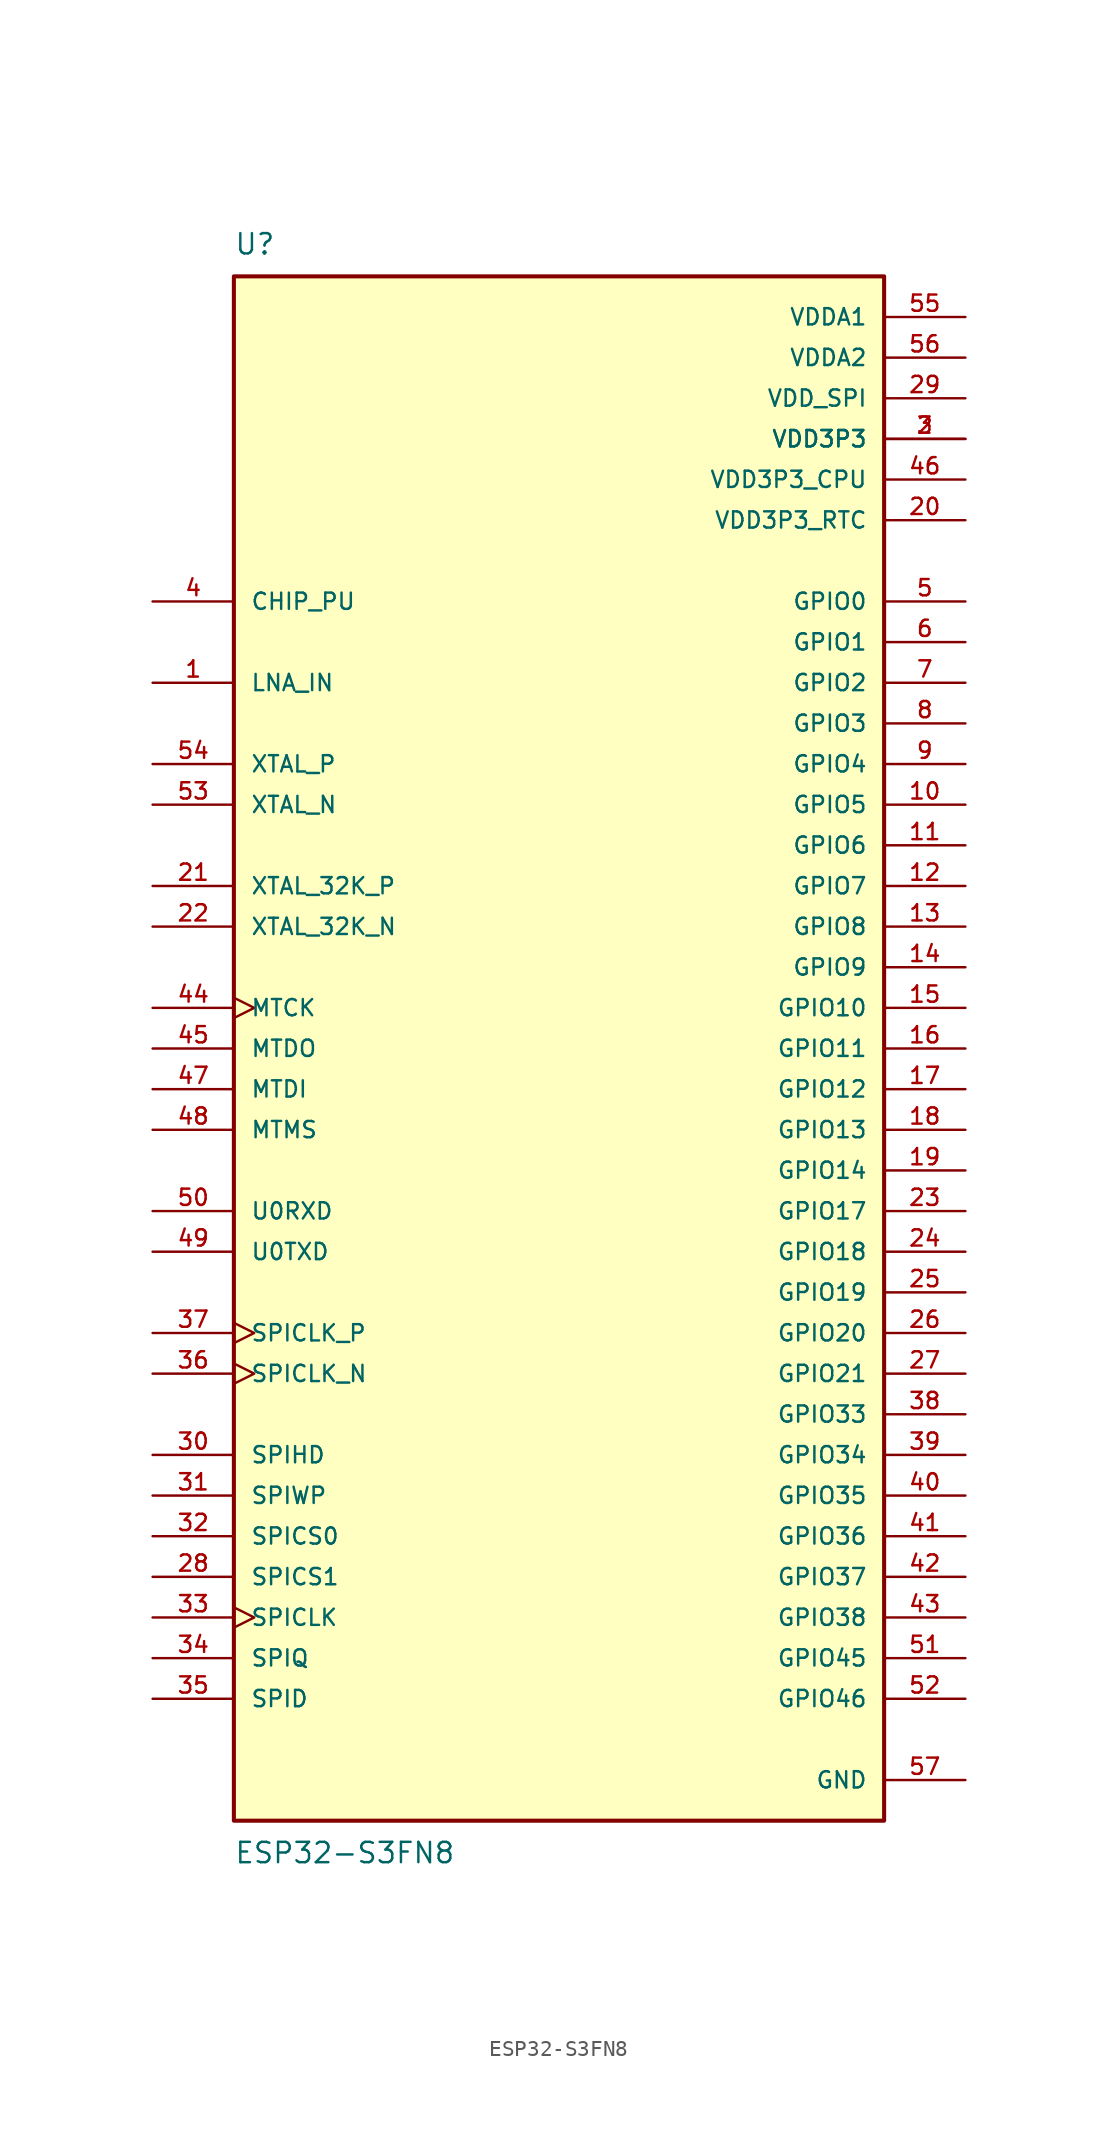
<source format=kicad_sym>
(kicad_symbol_lib
  (version 20211014)
  (generator kicad_symbol_editor)
  (symbol "ESP32-S3FN8"
    (pin_names
      (offset 1.016))
    (property "Reference" "U"
      (at -20.32 49.53 0)
      (effects (font (size 1.27 1.27)) (justify bottom left)))
    (property "Value" "ESP32-S3FN8"
      (at -20.32 -49.53 0)
      (effects (font (size 1.27 1.27)) (justify top left)))
    (symbol "ESP32-S3FN8_0_0"
      (rectangle (start -20.32 -48.26) (end 20.32 48.26) (stroke (width 0.254)) (fill (type background)))
      (pin power_in line (at 25.4 40.64 180.0) (length 5.08) (name "VDD_SPI" (effects (font (size 1.016 1.016)))) (number "29" (effects (font (size 1.016 1.016)))))
      (pin power_in line (at 25.4 38.1 180.0) (length 5.08) (name "VDD3P3" (effects (font (size 1.016 1.016)))) (number "2" (effects (font (size 1.016 1.016)))))
      (pin power_in line (at 25.4 38.1 180.0) (length 5.08) (name "VDD3P3" (effects (font (size 1.016 1.016)))) (number "3" (effects (font (size 1.016 1.016)))))
      (pin power_in line (at 25.4 35.56 180.0) (length 5.08) (name "VDD3P3_CPU" (effects (font (size 1.016 1.016)))) (number "46" (effects (font (size 1.016 1.016)))))
      (pin power_in line (at 25.4 33.02 180.0) (length 5.08) (name "VDD3P3_RTC" (effects (font (size 1.016 1.016)))) (number "20" (effects (font (size 1.016 1.016)))))
      (pin power_in line (at 25.4 45.72 180.0) (length 5.08) (name "VDDA1" (effects (font (size 1.016 1.016)))) (number "55" (effects (font (size 1.016 1.016)))))
      (pin power_in line (at 25.4 43.18 180.0) (length 5.08) (name "VDDA2" (effects (font (size 1.016 1.016)))) (number "56" (effects (font (size 1.016 1.016)))))
      (pin input line (at -25.4 27.94 0) (length 5.08) (name "CHIP_PU" (effects (font (size 1.016 1.016)))) (number "4" (effects (font (size 1.016 1.016)))))
      (pin input line (at -25.4 17.78 0) (length 5.08) (name "XTAL_P" (effects (font (size 1.016 1.016)))) (number "54" (effects (font (size 1.016 1.016)))))
      (pin bidirectional line (at 25.4 27.94 180.0) (length 5.08) (name "GPIO0" (effects (font (size 1.016 1.016)))) (number "5" (effects (font (size 1.016 1.016)))))
      (pin bidirectional line (at 25.4 25.4 180.0) (length 5.08) (name "GPIO1" (effects (font (size 1.016 1.016)))) (number "6" (effects (font (size 1.016 1.016)))))
      (pin bidirectional line (at 25.4 2.54 180.0) (length 5.08) (name "GPIO10" (effects (font (size 1.016 1.016)))) (number "15" (effects (font (size 1.016 1.016)))))
      (pin bidirectional line (at 25.4 0.0 180.0) (length 5.08) (name "GPIO11" (effects (font (size 1.016 1.016)))) (number "16" (effects (font (size 1.016 1.016)))))
      (pin bidirectional line (at 25.4 -2.54 180.0) (length 5.08) (name "GPIO12" (effects (font (size 1.016 1.016)))) (number "17" (effects (font (size 1.016 1.016)))))
      (pin bidirectional line (at 25.4 -5.08 180.0) (length 5.08) (name "GPIO13" (effects (font (size 1.016 1.016)))) (number "18" (effects (font (size 1.016 1.016)))))
      (pin bidirectional line (at 25.4 -7.62 180.0) (length 5.08) (name "GPIO14" (effects (font (size 1.016 1.016)))) (number "19" (effects (font (size 1.016 1.016)))))
      (pin bidirectional line (at 25.4 -10.16 180.0) (length 5.08) (name "GPIO17" (effects (font (size 1.016 1.016)))) (number "23" (effects (font (size 1.016 1.016)))))
      (pin bidirectional line (at 25.4 -12.7 180.0) (length 5.08) (name "GPIO18" (effects (font (size 1.016 1.016)))) (number "24" (effects (font (size 1.016 1.016)))))
      (pin bidirectional line (at 25.4 -15.24 180.0) (length 5.08) (name "GPIO19" (effects (font (size 1.016 1.016)))) (number "25" (effects (font (size 1.016 1.016)))))
      (pin bidirectional line (at 25.4 22.86 180.0) (length 5.08) (name "GPIO2" (effects (font (size 1.016 1.016)))) (number "7" (effects (font (size 1.016 1.016)))))
      (pin bidirectional line (at 25.4 -17.78 180.0) (length 5.08) (name "GPIO20" (effects (font (size 1.016 1.016)))) (number "26" (effects (font (size 1.016 1.016)))))
      (pin bidirectional line (at 25.4 -20.32 180.0) (length 5.08) (name "GPIO21" (effects (font (size 1.016 1.016)))) (number "27" (effects (font (size 1.016 1.016)))))
      (pin bidirectional line (at 25.4 20.32 180.0) (length 5.08) (name "GPIO3" (effects (font (size 1.016 1.016)))) (number "8" (effects (font (size 1.016 1.016)))))
      (pin bidirectional line (at 25.4 -22.86 180.0) (length 5.08) (name "GPIO33" (effects (font (size 1.016 1.016)))) (number "38" (effects (font (size 1.016 1.016)))))
      (pin bidirectional line (at 25.4 -25.4 180.0) (length 5.08) (name "GPIO34" (effects (font (size 1.016 1.016)))) (number "39" (effects (font (size 1.016 1.016)))))
      (pin bidirectional line (at 25.4 -27.94 180.0) (length 5.08) (name "GPIO35" (effects (font (size 1.016 1.016)))) (number "40" (effects (font (size 1.016 1.016)))))
      (pin bidirectional line (at 25.4 -30.48 180.0) (length 5.08) (name "GPIO36" (effects (font (size 1.016 1.016)))) (number "41" (effects (font (size 1.016 1.016)))))
      (pin bidirectional line (at 25.4 -33.02 180.0) (length 5.08) (name "GPIO37" (effects (font (size 1.016 1.016)))) (number "42" (effects (font (size 1.016 1.016)))))
      (pin bidirectional line (at 25.4 -35.56 180.0) (length 5.08) (name "GPIO38" (effects (font (size 1.016 1.016)))) (number "43" (effects (font (size 1.016 1.016)))))
      (pin bidirectional line (at 25.4 17.78 180.0) (length 5.08) (name "GPIO4" (effects (font (size 1.016 1.016)))) (number "9" (effects (font (size 1.016 1.016)))))
      (pin bidirectional line (at 25.4 -38.1 180.0) (length 5.08) (name "GPIO45" (effects (font (size 1.016 1.016)))) (number "51" (effects (font (size 1.016 1.016)))))
      (pin bidirectional line (at 25.4 -40.64 180.0) (length 5.08) (name "GPIO46" (effects (font (size 1.016 1.016)))) (number "52" (effects (font (size 1.016 1.016)))))
      (pin output line (at -25.4 15.24 0) (length 5.08) (name "XTAL_N" (effects (font (size 1.016 1.016)))) (number "53" (effects (font (size 1.016 1.016)))))
      (pin bidirectional line (at 25.4 15.24 180.0) (length 5.08) (name "GPIO5" (effects (font (size 1.016 1.016)))) (number "10" (effects (font (size 1.016 1.016)))))
      (pin bidirectional line (at 25.4 12.7 180.0) (length 5.08) (name "GPIO6" (effects (font (size 1.016 1.016)))) (number "11" (effects (font (size 1.016 1.016)))))
      (pin bidirectional line (at 25.4 10.16 180.0) (length 5.08) (name "GPIO7" (effects (font (size 1.016 1.016)))) (number "12" (effects (font (size 1.016 1.016)))))
      (pin bidirectional line (at 25.4 7.62 180.0) (length 5.08) (name "GPIO8" (effects (font (size 1.016 1.016)))) (number "13" (effects (font (size 1.016 1.016)))))
      (pin bidirectional line (at 25.4 5.08 180.0) (length 5.08) (name "GPIO9" (effects (font (size 1.016 1.016)))) (number "14" (effects (font (size 1.016 1.016)))))
      (pin bidirectional line (at -25.4 22.86 0) (length 5.08) (name "LNA_IN" (effects (font (size 1.016 1.016)))) (number "1" (effects (font (size 1.016 1.016)))))
      (pin bidirectional clock (at -25.4 2.54 0) (length 5.08) (name "MTCK" (effects (font (size 1.016 1.016)))) (number "44" (effects (font (size 1.016 1.016)))))
      (pin bidirectional line (at -25.4 -2.54 0) (length 5.08) (name "MTDI" (effects (font (size 1.016 1.016)))) (number "47" (effects (font (size 1.016 1.016)))))
      (pin bidirectional line (at -25.4 0.0 0) (length 5.08) (name "MTDO" (effects (font (size 1.016 1.016)))) (number "45" (effects (font (size 1.016 1.016)))))
      (pin bidirectional line (at -25.4 -5.08 0) (length 5.08) (name "MTMS" (effects (font (size 1.016 1.016)))) (number "48" (effects (font (size 1.016 1.016)))))
      (pin bidirectional clock (at -25.4 -35.56 0) (length 5.08) (name "SPICLK" (effects (font (size 1.016 1.016)))) (number "33" (effects (font (size 1.016 1.016)))))
      (pin bidirectional clock (at -25.4 -20.32 0) (length 5.08) (name "SPICLK_N" (effects (font (size 1.016 1.016)))) (number "36" (effects (font (size 1.016 1.016)))))
      (pin bidirectional clock (at -25.4 -17.78 0) (length 5.08) (name "SPICLK_P" (effects (font (size 1.016 1.016)))) (number "37" (effects (font (size 1.016 1.016)))))
      (pin bidirectional line (at -25.4 -30.48 0) (length 5.08) (name "SPICS0" (effects (font (size 1.016 1.016)))) (number "32" (effects (font (size 1.016 1.016)))))
      (pin bidirectional line (at -25.4 -33.02 0) (length 5.08) (name "SPICS1" (effects (font (size 1.016 1.016)))) (number "28" (effects (font (size 1.016 1.016)))))
      (pin bidirectional line (at -25.4 -40.64 0) (length 5.08) (name "SPID" (effects (font (size 1.016 1.016)))) (number "35" (effects (font (size 1.016 1.016)))))
      (pin bidirectional line (at -25.4 -25.4 0) (length 5.08) (name "SPIHD" (effects (font (size 1.016 1.016)))) (number "30" (effects (font (size 1.016 1.016)))))
      (pin bidirectional line (at -25.4 -38.1 0) (length 5.08) (name "SPIQ" (effects (font (size 1.016 1.016)))) (number "34" (effects (font (size 1.016 1.016)))))
      (pin bidirectional line (at -25.4 -27.94 0) (length 5.08) (name "SPIWP" (effects (font (size 1.016 1.016)))) (number "31" (effects (font (size 1.016 1.016)))))
      (pin bidirectional line (at -25.4 -10.16 0) (length 5.08) (name "U0RXD" (effects (font (size 1.016 1.016)))) (number "50" (effects (font (size 1.016 1.016)))))
      (pin bidirectional line (at -25.4 -12.7 0) (length 5.08) (name "U0TXD" (effects (font (size 1.016 1.016)))) (number "49" (effects (font (size 1.016 1.016)))))
      (pin bidirectional line (at -25.4 7.62 0) (length 5.08) (name "XTAL_32K_N" (effects (font (size 1.016 1.016)))) (number "22" (effects (font (size 1.016 1.016)))))
      (pin bidirectional line (at -25.4 10.16 0) (length 5.08) (name "XTAL_32K_P" (effects (font (size 1.016 1.016)))) (number "21" (effects (font (size 1.016 1.016)))))
      (pin power_in line (at 25.4 -45.72 180.0) (length 5.08) (name "GND" (effects (font (size 1.016 1.016)))) (number "57" (effects (font (size 1.016 1.016))))))))
</source>
